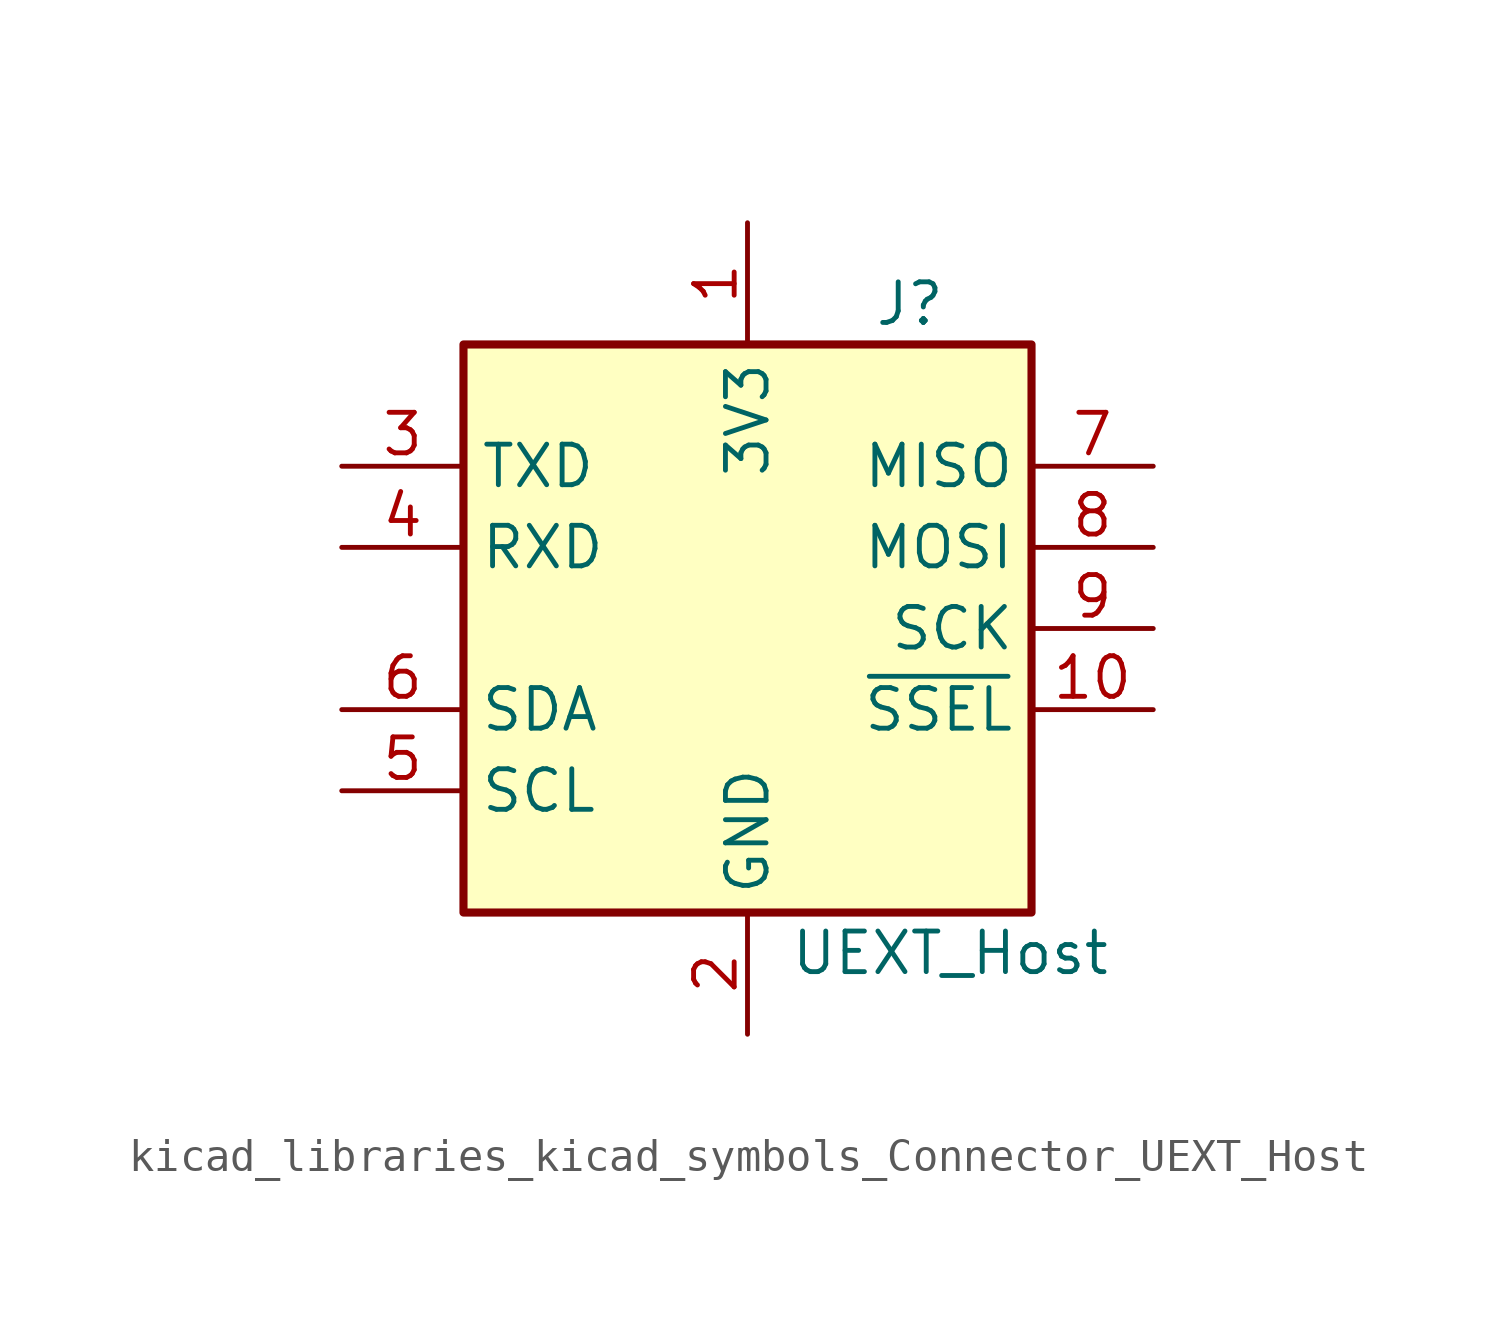
<source format=kicad_sym>
(kicad_symbol_lib
  (version 20220914)
  (generator kicad_symbol_editor)
  (symbol "kicad_libraries_kicad_symbols_Connector_UEXT_Host"
    (property "Reference" "J"
      (at 5.08 10.16 0)
      (effects (font (size 1.27 1.27))))
    (property "Value" "UEXT_Host"
      (at 6.35 -10.16 0)
      (effects (font (size 1.27 1.27))))
    (symbol "kicad_libraries_kicad_symbols_Connector_UEXT_Host_1_1"
      (rectangle (start -8.89 8.89) (end 8.89 -8.89) (stroke (width 0.254) (type default)) (fill (type background)))
      (pin power_in line (at 0 12.7 270) (length 3.81) (name "3V3" (effects (font (size 1.27 1.27)))) (number "1" (effects (font (size 1.27 1.27)))))
      (pin output line (at 12.7 -2.54 180) (length 3.81) (name "~{SSEL}" (effects (font (size 1.27 1.27)))) (number "10" (effects (font (size 1.27 1.27)))))
      (pin power_in line (at 0 -12.7 90) (length 3.81) (name "GND" (effects (font (size 1.27 1.27)))) (number "2" (effects (font (size 1.27 1.27)))))
      (pin output line (at -12.7 5.08 0) (length 3.81) (name "TXD" (effects (font (size 1.27 1.27)))) (number "3" (effects (font (size 1.27 1.27)))))
      (pin input line (at -12.7 2.54 0) (length 3.81) (name "RXD" (effects (font (size 1.27 1.27)))) (number "4" (effects (font (size 1.27 1.27)))))
      (pin output line (at -12.7 -5.08 0) (length 3.81) (name "SCL" (effects (font (size 1.27 1.27)))) (number "5" (effects (font (size 1.27 1.27)))))
      (pin bidirectional line (at -12.7 -2.54 0) (length 3.81) (name "SDA" (effects (font (size 1.27 1.27)))) (number "6" (effects (font (size 1.27 1.27)))))
      (pin output line (at 12.7 5.08 180) (length 3.81) (name "MISO" (effects (font (size 1.27 1.27)))) (number "7" (effects (font (size 1.27 1.27)))))
      (pin input line (at 12.7 2.54 180) (length 3.81) (name "MOSI" (effects (font (size 1.27 1.27)))) (number "8" (effects (font (size 1.27 1.27)))))
      (pin output line (at 12.7 0 180) (length 3.81) (name "SCK" (effects (font (size 1.27 1.27)))) (number "9" (effects (font (size 1.27 1.27))))))))
</source>
